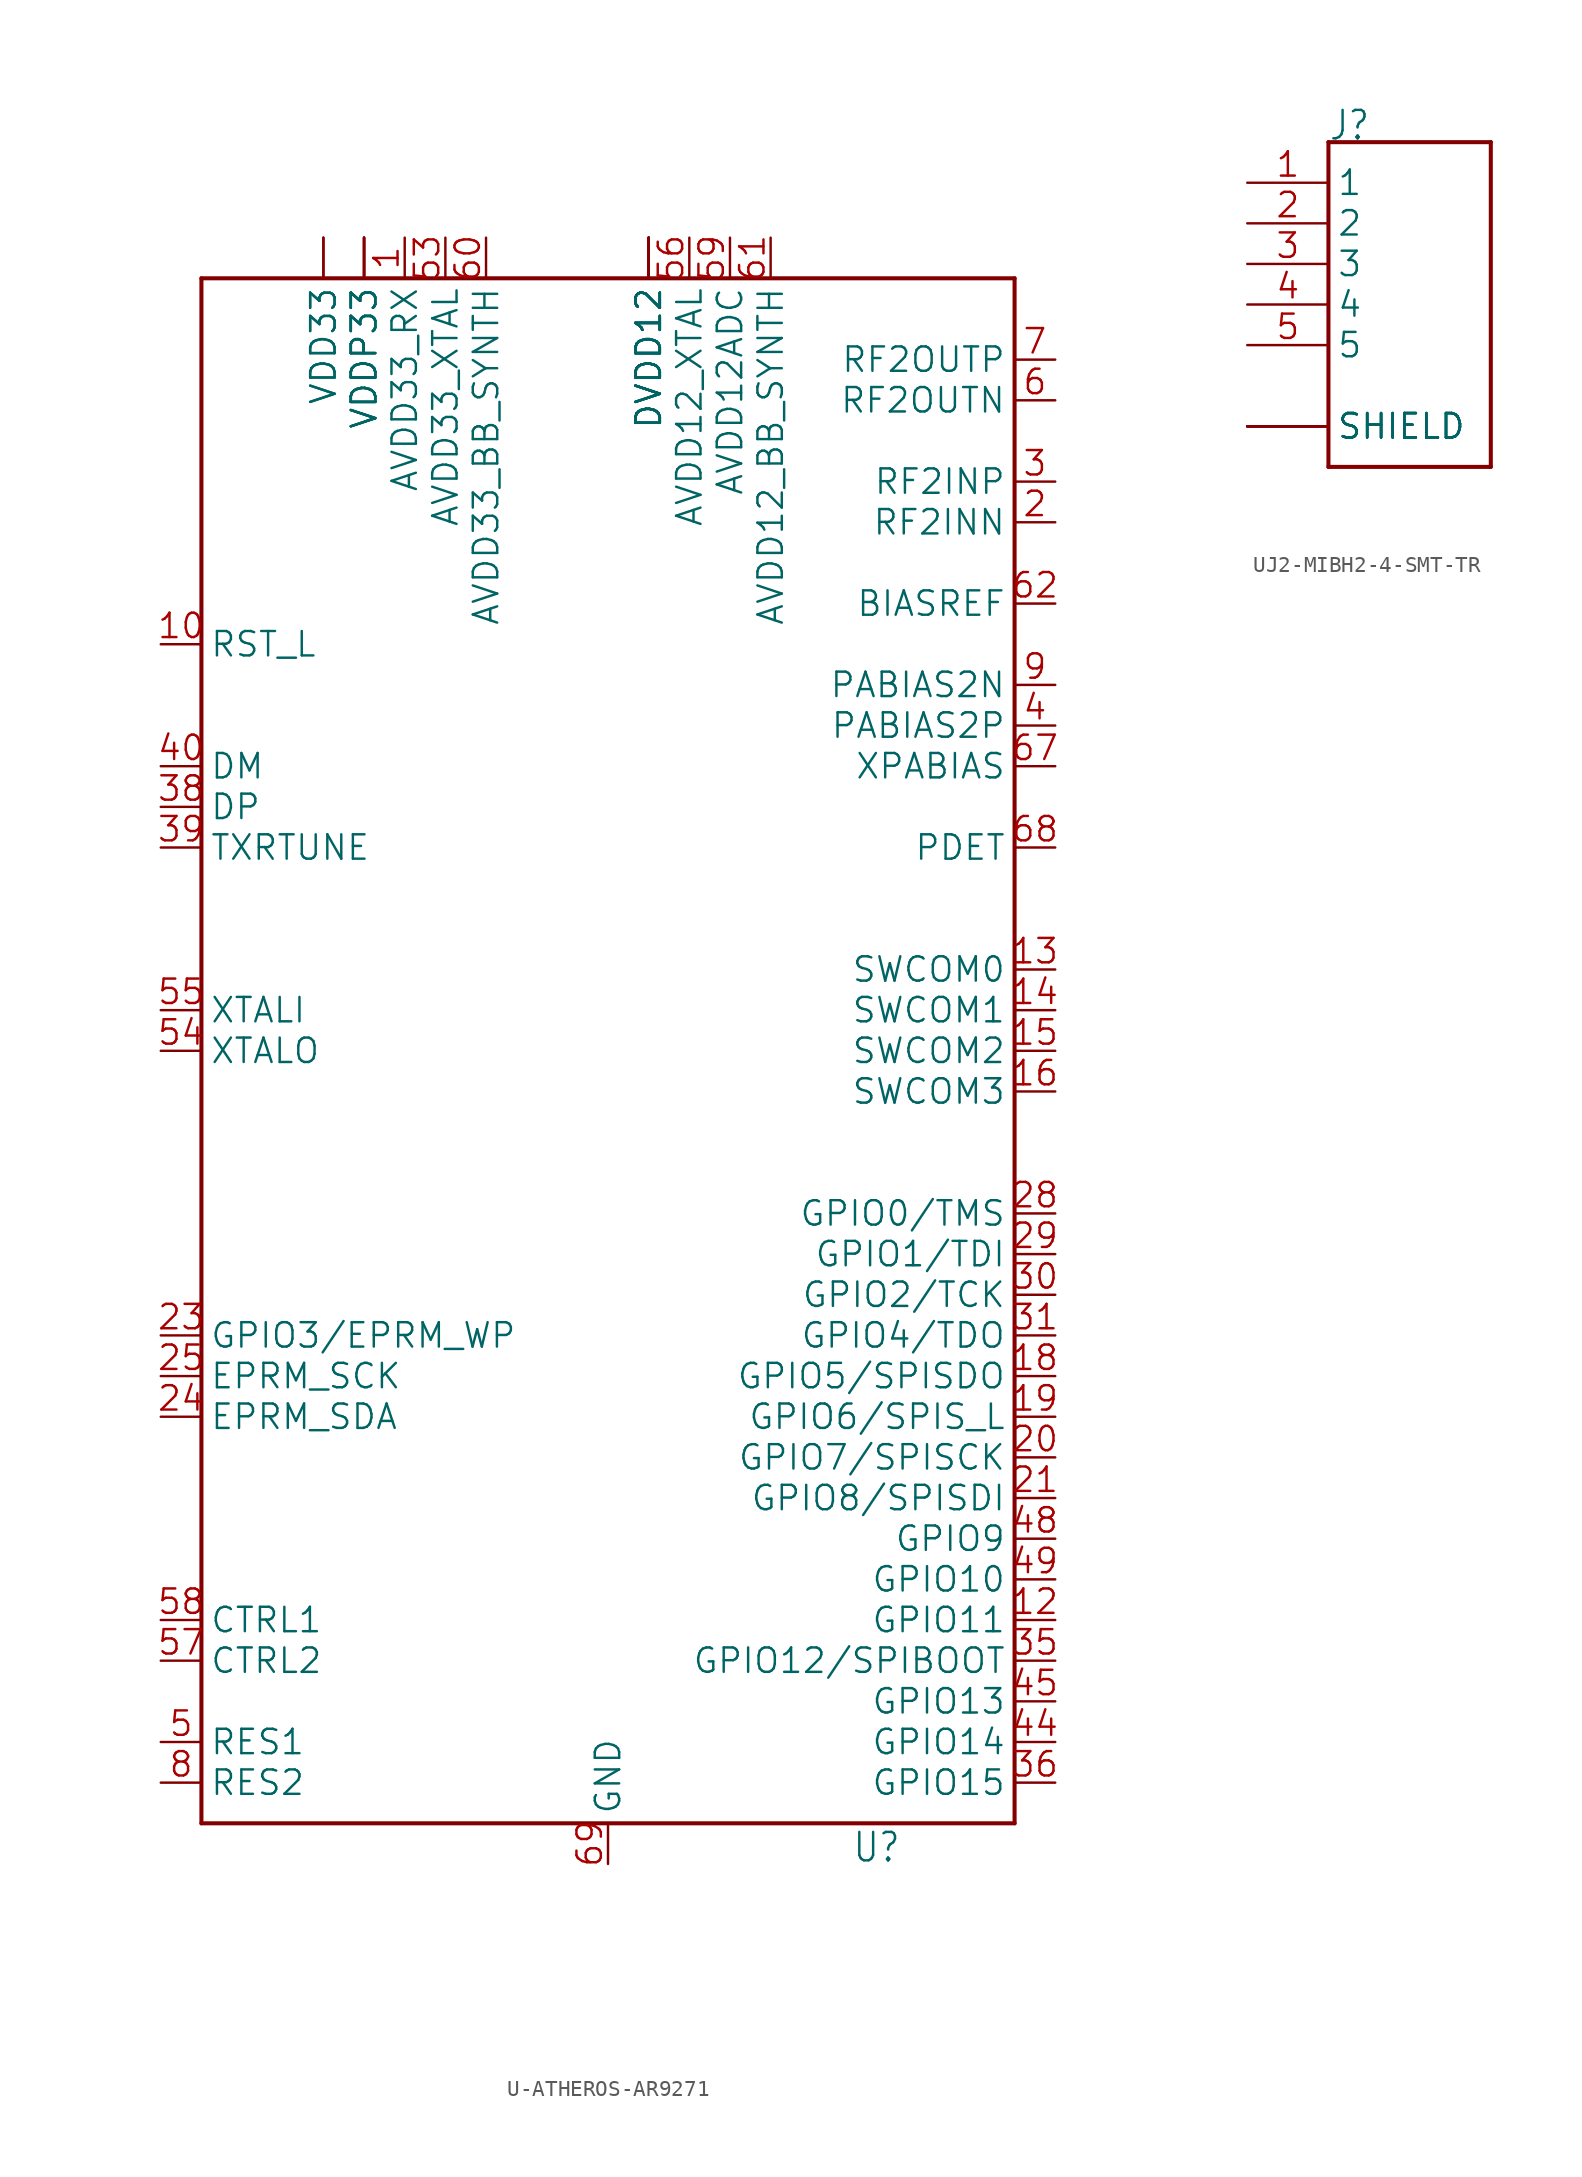
<source format=kicad_sym>
(kicad_symbol_lib
  (version 20241209)
  (generator "kicad_symbol_editor")
  (generator_version "9.0")
  (symbol "U-ATHEROS-AR9271"
    (property "Reference" "U"
      (at 15.24 -50.8 0)
      (effects (font (size 1.778 1.511)) (justify left bottom)))
    (property "Value" ""
      (at 15.24 -53.34 0)
      (effects (font (size 1.778 1.511)) (justify left bottom)))
    (property "ki_locked" ""
      (at 0 0 0)
      (effects (font (size 1.27 1.27))))
    (symbol "U-ATHEROS-AR9271_1_0"
      (polyline (pts (xy -25.4 48.26) (xy -25.4 -48.26)) (stroke (width 0.254) (type solid)) (fill (type none)))
      (polyline (pts (xy -25.4 48.26) (xy 25.4 48.26)) (stroke (width 0.254) (type solid)) (fill (type none)))
      (polyline (pts (xy 25.4 48.26) (xy 25.4 -48.26)) (stroke (width 0.254) (type solid)) (fill (type none)))
      (polyline (pts (xy 25.4 -48.26) (xy -25.4 -48.26)) (stroke (width 0.254) (type solid)) (fill (type none)))
      (pin bidirectional line (at -27.94 25.4 0) (length 2.54) (name "RST_L" (effects (font (size 1.524 1.524)))) (number "10" (effects (font (size 1.524 1.524)))))
      (pin bidirectional line (at -27.94 17.78 0) (length 2.54) (name "DM" (effects (font (size 1.524 1.524)))) (number "40" (effects (font (size 1.524 1.524)))))
      (pin bidirectional line (at -27.94 15.24 0) (length 2.54) (name "DP" (effects (font (size 1.524 1.524)))) (number "38" (effects (font (size 1.524 1.524)))))
      (pin bidirectional line (at -27.94 12.7 0) (length 2.54) (name "TXRTUNE" (effects (font (size 1.524 1.524)))) (number "39" (effects (font (size 1.524 1.524)))))
      (pin input line (at -27.94 2.54 0) (length 2.54) (name "XTALI" (effects (font (size 1.524 1.524)))) (number "55" (effects (font (size 1.524 1.524)))))
      (pin output line (at -27.94 0 0) (length 2.54) (name "XTALO" (effects (font (size 1.524 1.524)))) (number "54" (effects (font (size 1.524 1.524)))))
      (pin bidirectional line (at -27.94 -17.78 0) (length 2.54) (name "GPIO3/EPRM_WP" (effects (font (size 1.524 1.524)))) (number "23" (effects (font (size 1.524 1.524)))))
      (pin output line (at -27.94 -20.32 0) (length 2.54) (name "EPRM_SCK" (effects (font (size 1.524 1.524)))) (number "25" (effects (font (size 1.524 1.524)))))
      (pin bidirectional line (at -27.94 -22.86 0) (length 2.54) (name "EPRM_SDA" (effects (font (size 1.524 1.524)))) (number "24" (effects (font (size 1.524 1.524)))))
      (pin bidirectional line (at -27.94 -35.56 0) (length 2.54) (name "CTRL1" (effects (font (size 1.524 1.524)))) (number "58" (effects (font (size 1.524 1.524)))))
      (pin bidirectional line (at -27.94 -38.1 0) (length 2.54) (name "CTRL2" (effects (font (size 1.524 1.524)))) (number "57" (effects (font (size 1.524 1.524)))))
      (pin input line (at -27.94 -43.18 0) (length 2.54) (name "RES1" (effects (font (size 1.524 1.524)))) (number "5" (effects (font (size 1.524 1.524)))))
      (pin input line (at -27.94 -45.72 0) (length 2.54) (name "RES2" (effects (font (size 1.524 1.524)))) (number "8" (effects (font (size 1.524 1.524)))))
      (pin power_in line (at -17.78 50.8 270) (length 2.54) (name "VDD33" (effects (font (size 1.524 1.524)))) (number "37" (effects (font (size 0 0)))))
      (pin power_in line (at -17.78 50.8 270) (length 2.54) (name "VDD33" (effects (font (size 1.524 1.524)))) (number "41" (effects (font (size 0 0)))))
      (pin power_in line (at -15.24 50.8 270) (length 2.54) (name "VDDP33" (effects (font (size 1.524 1.524)))) (number "17" (effects (font (size 0 0)))))
      (pin power_in line (at -15.24 50.8 270) (length 2.54) (name "VDDP33" (effects (font (size 1.524 1.524)))) (number "26" (effects (font (size 0 0)))))
      (pin power_in line (at -15.24 50.8 270) (length 2.54) (name "VDDP33" (effects (font (size 1.524 1.524)))) (number "33" (effects (font (size 0 0)))))
      (pin power_in line (at -15.24 50.8 270) (length 2.54) (name "VDDP33" (effects (font (size 1.524 1.524)))) (number "47" (effects (font (size 0 0)))))
      (pin power_in line (at -12.7 50.8 270) (length 2.54) (name "AVDD33_RX" (effects (font (size 1.524 1.524)))) (number "1" (effects (font (size 1.524 1.524)))))
      (pin power_in line (at -10.16 50.8 270) (length 2.54) (name "AVDD33_XTAL" (effects (font (size 1.524 1.524)))) (number "53" (effects (font (size 1.524 1.524)))))
      (pin power_in line (at -7.62 50.8 270) (length 2.54) (name "AVDD33_BB_SYNTH" (effects (font (size 1.524 1.524)))) (number "60" (effects (font (size 1.524 1.524)))))
      (pin power_in line (at 0 -50.8 90) (length 2.54) (name "GND" (effects (font (size 1.524 1.524)))) (number "69" (effects (font (size 1.524 1.524)))))
      (pin power_in line (at 2.54 50.8 270) (length 2.54) (name "DVDD12" (effects (font (size 1.524 1.524)))) (number "11" (effects (font (size 0 0)))))
      (pin power_in line (at 2.54 50.8 270) (length 2.54) (name "DVDD12" (effects (font (size 1.524 1.524)))) (number "22" (effects (font (size 0 0)))))
      (pin power_in line (at 2.54 50.8 270) (length 2.54) (name "DVDD12" (effects (font (size 1.524 1.524)))) (number "27" (effects (font (size 0 0)))))
      (pin power_in line (at 2.54 50.8 270) (length 2.54) (name "DVDD12" (effects (font (size 1.524 1.524)))) (number "42" (effects (font (size 0 0)))))
      (pin power_in line (at 2.54 50.8 270) (length 2.54) (name "DVDD12" (effects (font (size 1.524 1.524)))) (number "43" (effects (font (size 0 0)))))
      (pin power_in line (at 2.54 50.8 270) (length 2.54) (name "DVDD12" (effects (font (size 1.524 1.524)))) (number "46" (effects (font (size 0 0)))))
      (pin power_in line (at 5.08 50.8 270) (length 2.54) (name "AVDD12_XTAL" (effects (font (size 1.524 1.524)))) (number "56" (effects (font (size 1.524 1.524)))))
      (pin power_in line (at 7.62 50.8 270) (length 2.54) (name "AVDD12ADC" (effects (font (size 1.524 1.524)))) (number "59" (effects (font (size 1.524 1.524)))))
      (pin power_in line (at 10.16 50.8 270) (length 2.54) (name "AVDD12_BB_SYNTH" (effects (font (size 1.524 1.524)))) (number "61" (effects (font (size 1.524 1.524)))))
      (pin bidirectional line (at 27.94 43.18 180) (length 2.54) (name "RF2OUTP" (effects (font (size 1.524 1.524)))) (number "7" (effects (font (size 1.524 1.524)))))
      (pin bidirectional line (at 27.94 40.64 180) (length 2.54) (name "RF2OUTN" (effects (font (size 1.524 1.524)))) (number "6" (effects (font (size 1.524 1.524)))))
      (pin input line (at 27.94 35.56 180) (length 2.54) (name "RF2INP" (effects (font (size 1.524 1.524)))) (number "3" (effects (font (size 1.524 1.524)))))
      (pin input line (at 27.94 33.02 180) (length 2.54) (name "RF2INN" (effects (font (size 1.524 1.524)))) (number "2" (effects (font (size 1.524 1.524)))))
      (pin input line (at 27.94 27.94 180) (length 2.54) (name "BIASREF" (effects (font (size 1.524 1.524)))) (number "62" (effects (font (size 1.524 1.524)))))
      (pin input line (at 27.94 22.86 180) (length 2.54) (name "PABIAS2N" (effects (font (size 1.524 1.524)))) (number "9" (effects (font (size 1.524 1.524)))))
      (pin input line (at 27.94 20.32 180) (length 2.54) (name "PABIAS2P" (effects (font (size 1.524 1.524)))) (number "4" (effects (font (size 1.524 1.524)))))
      (pin output line (at 27.94 17.78 180) (length 2.54) (name "XPABIAS" (effects (font (size 1.524 1.524)))) (number "67" (effects (font (size 1.524 1.524)))))
      (pin input line (at 27.94 12.7 180) (length 2.54) (name "PDET" (effects (font (size 1.524 1.524)))) (number "68" (effects (font (size 1.524 1.524)))))
      (pin output line (at 27.94 5.08 180) (length 2.54) (name "SWCOM0" (effects (font (size 1.524 1.524)))) (number "13" (effects (font (size 1.524 1.524)))))
      (pin output line (at 27.94 2.54 180) (length 2.54) (name "SWCOM1" (effects (font (size 1.524 1.524)))) (number "14" (effects (font (size 1.524 1.524)))))
      (pin output line (at 27.94 0 180) (length 2.54) (name "SWCOM2" (effects (font (size 1.524 1.524)))) (number "15" (effects (font (size 1.524 1.524)))))
      (pin output line (at 27.94 -2.54 180) (length 2.54) (name "SWCOM3" (effects (font (size 1.524 1.524)))) (number "16" (effects (font (size 1.524 1.524)))))
      (pin bidirectional line (at 27.94 -10.16 180) (length 2.54) (name "GPIO0/TMS" (effects (font (size 1.524 1.524)))) (number "28" (effects (font (size 1.524 1.524)))))
      (pin bidirectional line (at 27.94 -12.7 180) (length 2.54) (name "GPIO1/TDI" (effects (font (size 1.524 1.524)))) (number "29" (effects (font (size 1.524 1.524)))))
      (pin bidirectional line (at 27.94 -15.24 180) (length 2.54) (name "GPIO2/TCK" (effects (font (size 1.524 1.524)))) (number "30" (effects (font (size 1.524 1.524)))))
      (pin bidirectional line (at 27.94 -17.78 180) (length 2.54) (name "GPIO4/TDO" (effects (font (size 1.524 1.524)))) (number "31" (effects (font (size 1.524 1.524)))))
      (pin bidirectional line (at 27.94 -20.32 180) (length 2.54) (name "GPIO5/SPISDO" (effects (font (size 1.524 1.524)))) (number "18" (effects (font (size 1.524 1.524)))))
      (pin bidirectional line (at 27.94 -22.86 180) (length 2.54) (name "GPIO6/SPIS_L" (effects (font (size 1.524 1.524)))) (number "19" (effects (font (size 1.524 1.524)))))
      (pin bidirectional line (at 27.94 -25.4 180) (length 2.54) (name "GPIO7/SPISCK" (effects (font (size 1.524 1.524)))) (number "20" (effects (font (size 1.524 1.524)))))
      (pin bidirectional line (at 27.94 -27.94 180) (length 2.54) (name "GPIO8/SPISDI" (effects (font (size 1.524 1.524)))) (number "21" (effects (font (size 1.524 1.524)))))
      (pin bidirectional line (at 27.94 -30.48 180) (length 2.54) (name "GPIO9" (effects (font (size 1.524 1.524)))) (number "48" (effects (font (size 1.524 1.524)))))
      (pin bidirectional line (at 27.94 -33.02 180) (length 2.54) (name "GPIO10" (effects (font (size 1.524 1.524)))) (number "49" (effects (font (size 1.524 1.524)))))
      (pin bidirectional line (at 27.94 -35.56 180) (length 2.54) (name "GPIO11" (effects (font (size 1.524 1.524)))) (number "12" (effects (font (size 1.524 1.524)))))
      (pin bidirectional line (at 27.94 -38.1 180) (length 2.54) (name "GPIO12/SPIBOOT" (effects (font (size 1.524 1.524)))) (number "35" (effects (font (size 1.524 1.524)))))
      (pin bidirectional line (at 27.94 -40.64 180) (length 2.54) (name "GPIO13" (effects (font (size 1.524 1.524)))) (number "45" (effects (font (size 1.524 1.524)))))
      (pin bidirectional line (at 27.94 -43.18 180) (length 2.54) (name "GPIO14" (effects (font (size 1.524 1.524)))) (number "44" (effects (font (size 1.524 1.524)))))
      (pin bidirectional line (at 27.94 -45.72 180) (length 2.54) (name "GPIO15" (effects (font (size 1.524 1.524)))) (number "36" (effects (font (size 1.524 1.524)))))))
  (symbol "UJ2-MIBH2-4-SMT-TR"
    (property "Reference" "J"
      (at -5.087 10.175 0)
      (effects (font (size 1.78 1.513)) (justify left bottom)))
    (property "Value" ""
      (at -5.082 -12.704 0)
      (effects (font (size 1.778 1.512)) (justify left bottom)))
    (property "ki_locked" ""
      (at 0 0 0)
      (effects (font (size 1.27 1.27))))
    (symbol "UJ2-MIBH2-4-SMT-TR_1_0"
      (polyline (pts (xy -5.08 10.16) (xy 5.08 10.16)) (stroke (width 0.254) (type solid)) (fill (type none)))
      (polyline (pts (xy -5.08 -10.16) (xy -5.08 10.16)) (stroke (width 0.254) (type solid)) (fill (type none)))
      (polyline (pts (xy 5.08 10.16) (xy 5.08 -10.16)) (stroke (width 0.254) (type solid)) (fill (type none)))
      (polyline (pts (xy 5.08 -10.16) (xy -5.08 -10.16)) (stroke (width 0.254) (type solid)) (fill (type none)))
      (pin passive line (at -10.16 7.62 0) (length 5.08) (name "1" (effects (font (size 1.524 1.524)))) (number "1" (effects (font (size 1.524 1.524)))))
      (pin passive line (at -10.16 5.08 0) (length 5.08) (name "2" (effects (font (size 1.524 1.524)))) (number "2" (effects (font (size 1.524 1.524)))))
      (pin passive line (at -10.16 2.54 0) (length 5.08) (name "3" (effects (font (size 1.524 1.524)))) (number "3" (effects (font (size 1.524 1.524)))))
      (pin passive line (at -10.16 0 0) (length 5.08) (name "4" (effects (font (size 1.524 1.524)))) (number "4" (effects (font (size 1.524 1.524)))))
      (pin passive line (at -10.16 -2.54 0) (length 5.08) (name "5" (effects (font (size 1.524 1.524)))) (number "5" (effects (font (size 1.524 1.524)))))
      (pin passive line (at -10.16 -7.62 0) (length 5.08) (name "SHIELD" (effects (font (size 1.524 1.524)))) (number "SH1" (effects (font (size 0 0)))))
      (pin passive line (at -10.16 -7.62 0) (length 5.08) (name "SHIELD" (effects (font (size 1.524 1.524)))) (number "SH2" (effects (font (size 0 0)))))
      (pin passive line (at -10.16 -7.62 0) (length 5.08) (name "SHIELD" (effects (font (size 1.524 1.524)))) (number "SH3" (effects (font (size 0 0)))))
      (pin passive line (at -10.16 -7.62 0) (length 5.08) (name "SHIELD" (effects (font (size 1.524 1.524)))) (number "SH4" (effects (font (size 0 0)))))
      (pin passive line (at -10.16 -7.62 0) (length 5.08) (name "SHIELD" (effects (font (size 1.524 1.524)))) (number "SH5" (effects (font (size 0 0))))))))
</source>
